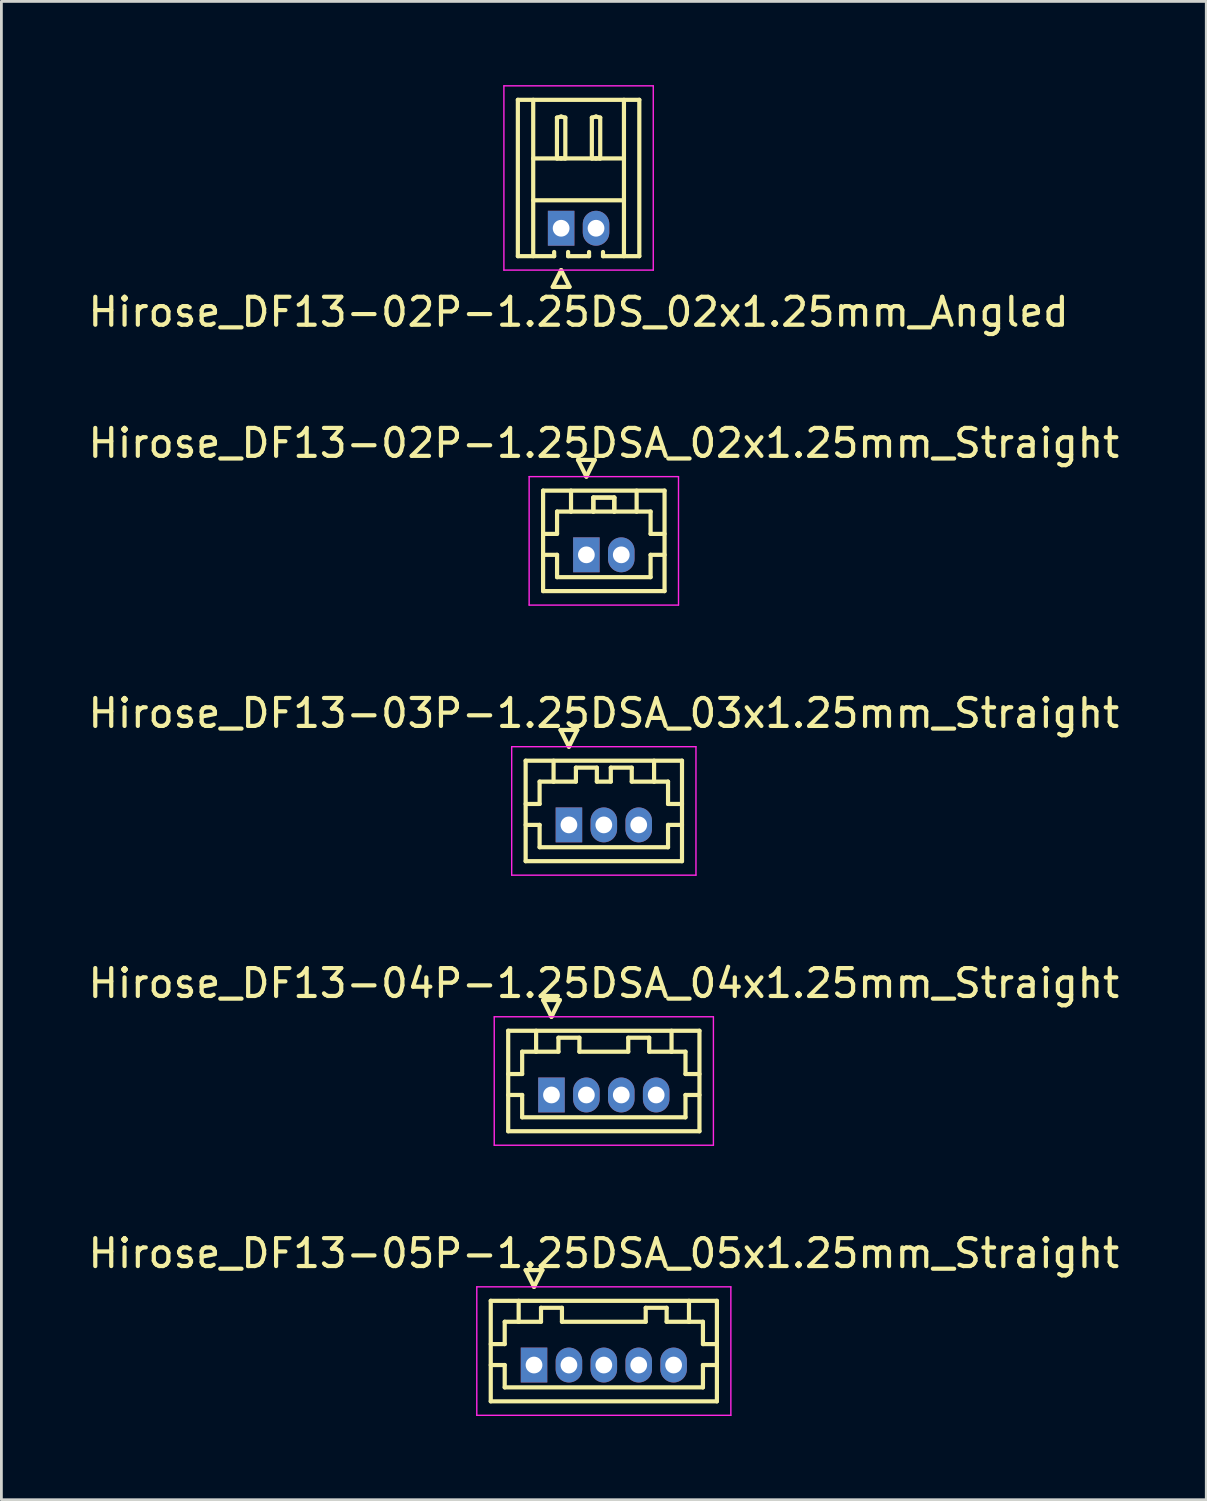
<source format=kicad_pcb>
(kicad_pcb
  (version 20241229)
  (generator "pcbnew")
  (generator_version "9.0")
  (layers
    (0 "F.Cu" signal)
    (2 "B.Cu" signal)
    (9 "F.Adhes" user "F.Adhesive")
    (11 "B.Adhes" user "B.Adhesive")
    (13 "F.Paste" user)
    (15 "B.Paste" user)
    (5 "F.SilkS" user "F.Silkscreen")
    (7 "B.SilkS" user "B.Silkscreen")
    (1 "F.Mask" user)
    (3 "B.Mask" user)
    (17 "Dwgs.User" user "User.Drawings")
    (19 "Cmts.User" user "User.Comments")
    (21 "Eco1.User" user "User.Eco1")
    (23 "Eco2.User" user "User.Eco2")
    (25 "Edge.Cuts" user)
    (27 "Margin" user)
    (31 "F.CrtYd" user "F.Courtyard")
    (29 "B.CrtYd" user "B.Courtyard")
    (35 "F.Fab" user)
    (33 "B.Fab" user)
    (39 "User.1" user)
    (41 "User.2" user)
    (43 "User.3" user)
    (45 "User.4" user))
  (footprint "Hirose_DF13-03P-1.25DSA_03x1.25mm_Straight"
    (layer "F.Cu")
    (at 17.327 26.495)
    (property "Reference" "Hirose_DF13-03P-1.25DSA_03x1.25mm_Straight" (at 1.25 -4 0) (layer "F.SilkS") (effects (font (size 1 1) (thickness 0.15))))
    (attr through_hole)
    (fp_line (start -1.55 -2.3) (end -1.55 1.3) (stroke (width 0.15) (type solid)) (layer "F.SilkS"))
    (fp_line (start -1.55 -0.75) (end -1.05 -0.75) (stroke (width 0.15) (type solid)) (layer "F.SilkS"))
    (fp_line (start -1.55 0) (end -1.05 0) (stroke (width 0.15) (type solid)) (layer "F.SilkS"))
    (fp_line (start -1.55 1.3) (end 4.05 1.3) (stroke (width 0.15) (type solid)) (layer "F.SilkS"))
    (fp_line (start -1.05 -1.55) (end -0.55 -1.55) (stroke (width 0.15) (type solid)) (layer "F.SilkS"))
    (fp_line (start -1.05 -0.75) (end -1.05 -1.55) (stroke (width 0.15) (type solid)) (layer "F.SilkS"))
    (fp_line (start -1.05 0) (end -1.05 0.8) (stroke (width 0.15) (type solid)) (layer "F.SilkS"))
    (fp_line (start -1.05 0.8) (end 3.55 0.8) (stroke (width 0.15) (type solid)) (layer "F.SilkS"))
    (fp_line (start -0.55 -1.55) (end -0.55 -2.3) (stroke (width 0.15) (type solid)) (layer "F.SilkS"))
    (fp_line (start -0.55 -1.55) (end 0.25 -1.55) (stroke (width 0.15) (type solid)) (layer "F.SilkS"))
    (fp_line (start -0.3 -3.4) (end 0.3 -3.4) (stroke (width 0.15) (type solid)) (layer "F.SilkS"))
    (fp_line (start 0 -2.8) (end -0.3 -3.4) (stroke (width 0.15) (type solid)) (layer "F.SilkS"))
    (fp_line (start 0.25 -2.05) (end 1 -2.05) (stroke (width 0.15) (type solid)) (layer "F.SilkS"))
    (fp_line (start 0.25 -1.55) (end 0.25 -2.05) (stroke (width 0.15) (type solid)) (layer "F.SilkS"))
    (fp_line (start 0.3 -3.4) (end 0 -2.8) (stroke (width 0.15) (type solid)) (layer "F.SilkS"))
    (fp_line (start 1 -2.05) (end 1 -1.55) (stroke (width 0.15) (type solid)) (layer "F.SilkS"))
    (fp_line (start 1 -1.55) (end 1.5 -1.55) (stroke (width 0.15) (type solid)) (layer "F.SilkS"))
    (fp_line (start 1.5 -2.05) (end 2.25 -2.05) (stroke (width 0.15) (type solid)) (layer "F.SilkS"))
    (fp_line (start 1.5 -1.55) (end 1.5 -2.05) (stroke (width 0.15) (type solid)) (layer "F.SilkS"))
    (fp_line (start 2.25 -2.05) (end 2.25 -1.55) (stroke (width 0.15) (type solid)) (layer "F.SilkS"))
    (fp_line (start 2.25 -1.55) (end 3.05 -1.55) (stroke (width 0.15) (type solid)) (layer "F.SilkS"))
    (fp_line (start 3.05 -1.55) (end 3.05 -2.3) (stroke (width 0.15) (type solid)) (layer "F.SilkS"))
    (fp_line (start 3.55 -1.55) (end 3.05 -1.55) (stroke (width 0.15) (type solid)) (layer "F.SilkS"))
    (fp_line (start 3.55 -0.75) (end 3.55 -1.55) (stroke (width 0.15) (type solid)) (layer "F.SilkS"))
    (fp_line (start 3.55 0) (end 4.05 0) (stroke (width 0.15) (type solid)) (layer "F.SilkS"))
    (fp_line (start 3.55 0.8) (end 3.55 0) (stroke (width 0.15) (type solid)) (layer "F.SilkS"))
    (fp_line (start 4.05 -2.3) (end -1.55 -2.3) (stroke (width 0.15) (type solid)) (layer "F.SilkS"))
    (fp_line (start 4.05 -0.75) (end 3.55 -0.75) (stroke (width 0.15) (type solid)) (layer "F.SilkS"))
    (fp_line (start 4.05 1.3) (end 4.05 -2.3) (stroke (width 0.15) (type solid)) (layer "F.SilkS"))
    (fp_line (start -2.05 -2.8) (end -2.05 1.8) (stroke (width 0.05) (type solid)) (layer "F.CrtYd"))
    (fp_line (start -2.05 1.8) (end 4.55 1.8) (stroke (width 0.05) (type solid)) (layer "F.CrtYd"))
    (fp_line (start 4.55 -2.8) (end -2.05 -2.8) (stroke (width 0.05) (type solid)) (layer "F.CrtYd"))
    (fp_line (start 4.55 1.8) (end 4.55 -2.8) (stroke (width 0.05) (type solid)) (layer "F.CrtYd"))
    (pad "1" thru_hole rect (at 0 0) (size 0.95 1.25) (drill 0.6) (layers "*.Cu" "*.Mask"))
    (pad "2" thru_hole oval (at 1.25 0) (size 0.95 1.25) (drill 0.6) (layers "*.Cu" "*.Mask"))
    (pad "3" thru_hole oval (at 2.5 0) (size 0.95 1.25) (drill 0.6) (layers "*.Cu" "*.Mask")))
  (footprint "Hirose_DF13-02P-1.25DSA_02x1.25mm_Straight"
    (layer "F.Cu")
    (at 17.952 16.822)
    (property "Reference" "Hirose_DF13-02P-1.25DSA_02x1.25mm_Straight" (at 0.625 -4 0) (layer "F.SilkS") (effects (font (size 1 1) (thickness 0.15))))
    (attr through_hole)
    (fp_line (start -1.55 -2.3) (end -1.55 1.3) (stroke (width 0.15) (type solid)) (layer "F.SilkS"))
    (fp_line (start -1.55 -0.75) (end -1.05 -0.75) (stroke (width 0.15) (type solid)) (layer "F.SilkS"))
    (fp_line (start -1.55 0) (end -1.05 0) (stroke (width 0.15) (type solid)) (layer "F.SilkS"))
    (fp_line (start -1.55 1.3) (end 2.8 1.3) (stroke (width 0.15) (type solid)) (layer "F.SilkS"))
    (fp_line (start -1.05 -1.55) (end -0.55 -1.55) (stroke (width 0.15) (type solid)) (layer "F.SilkS"))
    (fp_line (start -1.05 -0.75) (end -1.05 -1.55) (stroke (width 0.15) (type solid)) (layer "F.SilkS"))
    (fp_line (start -1.05 0) (end -1.05 0.8) (stroke (width 0.15) (type solid)) (layer "F.SilkS"))
    (fp_line (start -1.05 0.8) (end 2.3 0.8) (stroke (width 0.15) (type solid)) (layer "F.SilkS"))
    (fp_line (start -0.55 -1.55) (end -0.55 -2.3) (stroke (width 0.15) (type solid)) (layer "F.SilkS"))
    (fp_line (start -0.55 -1.55) (end 0.25 -1.55) (stroke (width 0.15) (type solid)) (layer "F.SilkS"))
    (fp_line (start -0.3 -3.4) (end 0.3 -3.4) (stroke (width 0.15) (type solid)) (layer "F.SilkS"))
    (fp_line (start 0 -2.8) (end -0.3 -3.4) (stroke (width 0.15) (type solid)) (layer "F.SilkS"))
    (fp_line (start 0.25 -2.05) (end 1 -2.05) (stroke (width 0.15) (type solid)) (layer "F.SilkS"))
    (fp_line (start 0.25 -2.05) (end 1 -2.05) (stroke (width 0.15) (type solid)) (layer "F.SilkS"))
    (fp_line (start 0.25 -1.55) (end 0.25 -2.05) (stroke (width 0.15) (type solid)) (layer "F.SilkS"))
    (fp_line (start 0.25 -1.55) (end 0.25 -2.05) (stroke (width 0.15) (type solid)) (layer "F.SilkS"))
    (fp_line (start 0.3 -3.4) (end 0 -2.8) (stroke (width 0.15) (type solid)) (layer "F.SilkS"))
    (fp_line (start 1 -2.05) (end 1 -1.55) (stroke (width 0.15) (type solid)) (layer "F.SilkS"))
    (fp_line (start 1 -2.05) (end 1 -1.55) (stroke (width 0.15) (type solid)) (layer "F.SilkS"))
    (fp_line (start 1 -1.55) (end 0.25 -1.55) (stroke (width 0.15) (type solid)) (layer "F.SilkS"))
    (fp_line (start 1 -1.55) (end 1.8 -1.55) (stroke (width 0.15) (type solid)) (layer "F.SilkS"))
    (fp_line (start 1.8 -1.55) (end 1.8 -2.3) (stroke (width 0.15) (type solid)) (layer "F.SilkS"))
    (fp_line (start 2.3 -1.55) (end 1.8 -1.55) (stroke (width 0.15) (type solid)) (layer "F.SilkS"))
    (fp_line (start 2.3 -0.75) (end 2.3 -1.55) (stroke (width 0.15) (type solid)) (layer "F.SilkS"))
    (fp_line (start 2.3 0) (end 2.8 0) (stroke (width 0.15) (type solid)) (layer "F.SilkS"))
    (fp_line (start 2.3 0.8) (end 2.3 0) (stroke (width 0.15) (type solid)) (layer "F.SilkS"))
    (fp_line (start 2.8 -2.3) (end -1.55 -2.3) (stroke (width 0.15) (type solid)) (layer "F.SilkS"))
    (fp_line (start 2.8 -0.75) (end 2.3 -0.75) (stroke (width 0.15) (type solid)) (layer "F.SilkS"))
    (fp_line (start 2.8 1.3) (end 2.8 -2.3) (stroke (width 0.15) (type solid)) (layer "F.SilkS"))
    (fp_line (start -2.05 -2.8) (end -2.05 1.8) (stroke (width 0.05) (type solid)) (layer "F.CrtYd"))
    (fp_line (start -2.05 1.8) (end 3.3 1.8) (stroke (width 0.05) (type solid)) (layer "F.CrtYd"))
    (fp_line (start 3.3 -2.8) (end -2.05 -2.8) (stroke (width 0.05) (type solid)) (layer "F.CrtYd"))
    (fp_line (start 3.3 1.8) (end 3.3 -2.8) (stroke (width 0.05) (type solid)) (layer "F.CrtYd"))
    (pad "1" thru_hole rect (at 0 0) (size 0.95 1.25) (drill 0.6) (layers "*.Cu" "*.Mask"))
    (pad "2" thru_hole oval (at 1.25 0) (size 0.95 1.25) (drill 0.6) (layers "*.Cu" "*.Mask")))
  (footprint "Hirose_DF13-02P-1.25DS_02x1.25mm_Angled"
    (layer "F.Cu")
    (at 17.048 5.125)
    (property "Reference" "Hirose_DF13-02P-1.25DS_02x1.25mm_Angled" (at 0.625 3 0) (layer "F.SilkS") (effects (font (size 1 1) (thickness 0.15))))
    (attr through_hole)
    (fp_line (start -1.55 -4.6) (end 2.8 -4.6) (stroke (width 0.15) (type solid)) (layer "F.SilkS"))
    (fp_line (start -1.55 1) (end -1.55 -4.6) (stroke (width 0.15) (type solid)) (layer "F.SilkS"))
    (fp_line (start -1 -4.6) (end -1 1) (stroke (width 0.15) (type solid)) (layer "F.SilkS"))
    (fp_line (start -1 -2.5) (end 2.25 -2.5) (stroke (width 0.15) (type solid)) (layer "F.SilkS"))
    (fp_line (start -1 -1) (end 2.25 -1) (stroke (width 0.15) (type solid)) (layer "F.SilkS"))
    (fp_line (start -0.3 2.1) (end 0.3 2.1) (stroke (width 0.15) (type solid)) (layer "F.SilkS"))
    (fp_line (start -0.25 0.85) (end -0.25 1) (stroke (width 0.15) (type solid)) (layer "F.SilkS"))
    (fp_line (start -0.25 1) (end -1.55 1) (stroke (width 0.15) (type solid)) (layer "F.SilkS"))
    (fp_line (start -0.15 -3.962) (end 0 -4) (stroke (width 0.15) (type solid)) (layer "F.SilkS"))
    (fp_line (start -0.15 -2.5) (end -0.15 -3.962) (stroke (width 0.15) (type solid)) (layer "F.SilkS"))
    (fp_line (start 0 -4) (end 0.15 -3.962) (stroke (width 0.15) (type solid)) (layer "F.SilkS"))
    (fp_line (start 0 -2.5) (end -0.15 -2.5) (stroke (width 0.15) (type solid)) (layer "F.SilkS"))
    (fp_line (start 0 1.5) (end -0.3 2.1) (stroke (width 0.15) (type solid)) (layer "F.SilkS"))
    (fp_line (start 0.15 -3.962) (end 0.15 -2.5) (stroke (width 0.15) (type solid)) (layer "F.SilkS"))
    (fp_line (start 0.15 -2.5) (end 0 -2.5) (stroke (width 0.15) (type solid)) (layer "F.SilkS"))
    (fp_line (start 0.25 0.85) (end 0.25 1) (stroke (width 0.15) (type solid)) (layer "F.SilkS"))
    (fp_line (start 0.25 1) (end 1 1) (stroke (width 0.15) (type solid)) (layer "F.SilkS"))
    (fp_line (start 0.3 2.1) (end 0 1.5) (stroke (width 0.15) (type solid)) (layer "F.SilkS"))
    (fp_line (start 1 1) (end 1 0.85) (stroke (width 0.15) (type solid)) (layer "F.SilkS"))
    (fp_line (start 1.1 -3.962) (end 1.25 -4) (stroke (width 0.15) (type solid)) (layer "F.SilkS"))
    (fp_line (start 1.1 -2.5) (end 1.1 -3.962) (stroke (width 0.15) (type solid)) (layer "F.SilkS"))
    (fp_line (start 1.25 -4) (end 1.4 -3.962) (stroke (width 0.15) (type solid)) (layer "F.SilkS"))
    (fp_line (start 1.25 -2.5) (end 1.1 -2.5) (stroke (width 0.15) (type solid)) (layer "F.SilkS"))
    (fp_line (start 1.4 -3.962) (end 1.4 -2.5) (stroke (width 0.15) (type solid)) (layer "F.SilkS"))
    (fp_line (start 1.4 -2.5) (end 1.25 -2.5) (stroke (width 0.15) (type solid)) (layer "F.SilkS"))
    (fp_line (start 1.5 1) (end 1.5 0.85) (stroke (width 0.15) (type solid)) (layer "F.SilkS"))
    (fp_line (start 2.25 -4.6) (end 2.25 1) (stroke (width 0.15) (type solid)) (layer "F.SilkS"))
    (fp_line (start 2.8 -4.6) (end 2.8 1) (stroke (width 0.15) (type solid)) (layer "F.SilkS"))
    (fp_line (start 2.8 1) (end 1.5 1) (stroke (width 0.15) (type solid)) (layer "F.SilkS"))
    (fp_line (start -2.05 -5.1) (end -2.05 1.5) (stroke (width 0.05) (type solid)) (layer "F.CrtYd"))
    (fp_line (start -2.05 1.5) (end 3.3 1.5) (stroke (width 0.05) (type solid)) (layer "F.CrtYd"))
    (fp_line (start 3.3 -5.1) (end -2.05 -5.1) (stroke (width 0.05) (type solid)) (layer "F.CrtYd"))
    (fp_line (start 3.3 1.5) (end 3.3 -5.1) (stroke (width 0.05) (type solid)) (layer "F.CrtYd"))
    (pad "1" thru_hole rect (at 0 0) (size 0.95 1.25) (drill 0.6) (layers "*.Cu" "*.Mask"))
    (pad "2" thru_hole oval (at 1.25 0) (size 0.95 1.25) (drill 0.6) (layers "*.Cu" "*.Mask")))
  (footprint "Hirose_DF13-05P-1.25DSA_05x1.25mm_Straight"
    (layer "F.Cu")
    (at 16.077 45.841)
    (property "Reference" "Hirose_DF13-05P-1.25DSA_05x1.25mm_Straight" (at 2.5 -4 0) (layer "F.SilkS") (effects (font (size 1 1) (thickness 0.15))))
    (attr through_hole)
    (fp_line (start -1.55 -2.3) (end -1.55 1.3) (stroke (width 0.15) (type solid)) (layer "F.SilkS"))
    (fp_line (start -1.55 -0.75) (end -1.05 -0.75) (stroke (width 0.15) (type solid)) (layer "F.SilkS"))
    (fp_line (start -1.55 0) (end -1.05 0) (stroke (width 0.15) (type solid)) (layer "F.SilkS"))
    (fp_line (start -1.55 1.3) (end 6.55 1.3) (stroke (width 0.15) (type solid)) (layer "F.SilkS"))
    (fp_line (start -1.05 -1.55) (end -0.55 -1.55) (stroke (width 0.15) (type solid)) (layer "F.SilkS"))
    (fp_line (start -1.05 -0.75) (end -1.05 -1.55) (stroke (width 0.15) (type solid)) (layer "F.SilkS"))
    (fp_line (start -1.05 0) (end -1.05 0.8) (stroke (width 0.15) (type solid)) (layer "F.SilkS"))
    (fp_line (start -1.05 0.8) (end 6.05 0.8) (stroke (width 0.15) (type solid)) (layer "F.SilkS"))
    (fp_line (start -0.55 -1.55) (end -0.55 -2.3) (stroke (width 0.15) (type solid)) (layer "F.SilkS"))
    (fp_line (start -0.55 -1.55) (end 0.25 -1.55) (stroke (width 0.15) (type solid)) (layer "F.SilkS"))
    (fp_line (start -0.3 -3.4) (end 0.3 -3.4) (stroke (width 0.15) (type solid)) (layer "F.SilkS"))
    (fp_line (start 0 -2.8) (end -0.3 -3.4) (stroke (width 0.15) (type solid)) (layer "F.SilkS"))
    (fp_line (start 0.25 -2.05) (end 1 -2.05) (stroke (width 0.15) (type solid)) (layer "F.SilkS"))
    (fp_line (start 0.25 -1.55) (end 0.25 -2.05) (stroke (width 0.15) (type solid)) (layer "F.SilkS"))
    (fp_line (start 0.3 -3.4) (end 0 -2.8) (stroke (width 0.15) (type solid)) (layer "F.SilkS"))
    (fp_line (start 1 -2.05) (end 1 -1.55) (stroke (width 0.15) (type solid)) (layer "F.SilkS"))
    (fp_line (start 1 -1.55) (end 4 -1.55) (stroke (width 0.15) (type solid)) (layer "F.SilkS"))
    (fp_line (start 4 -2.05) (end 4.75 -2.05) (stroke (width 0.15) (type solid)) (layer "F.SilkS"))
    (fp_line (start 4 -1.55) (end 4 -2.05) (stroke (width 0.15) (type solid)) (layer "F.SilkS"))
    (fp_line (start 4.75 -2.05) (end 4.75 -1.55) (stroke (width 0.15) (type solid)) (layer "F.SilkS"))
    (fp_line (start 4.75 -1.55) (end 5.55 -1.55) (stroke (width 0.15) (type solid)) (layer "F.SilkS"))
    (fp_line (start 5.55 -1.55) (end 5.55 -2.3) (stroke (width 0.15) (type solid)) (layer "F.SilkS"))
    (fp_line (start 6.05 -1.55) (end 5.55 -1.55) (stroke (width 0.15) (type solid)) (layer "F.SilkS"))
    (fp_line (start 6.05 -0.75) (end 6.05 -1.55) (stroke (width 0.15) (type solid)) (layer "F.SilkS"))
    (fp_line (start 6.05 0) (end 6.55 0) (stroke (width 0.15) (type solid)) (layer "F.SilkS"))
    (fp_line (start 6.05 0.8) (end 6.05 0) (stroke (width 0.15) (type solid)) (layer "F.SilkS"))
    (fp_line (start 6.55 -2.3) (end -1.55 -2.3) (stroke (width 0.15) (type solid)) (layer "F.SilkS"))
    (fp_line (start 6.55 -0.75) (end 6.05 -0.75) (stroke (width 0.15) (type solid)) (layer "F.SilkS"))
    (fp_line (start 6.55 1.3) (end 6.55 -2.3) (stroke (width 0.15) (type solid)) (layer "F.SilkS"))
    (fp_line (start -2.05 -2.8) (end -2.05 1.8) (stroke (width 0.05) (type solid)) (layer "F.CrtYd"))
    (fp_line (start -2.05 1.8) (end 7.05 1.8) (stroke (width 0.05) (type solid)) (layer "F.CrtYd"))
    (fp_line (start 7.05 -2.8) (end -2.05 -2.8) (stroke (width 0.05) (type solid)) (layer "F.CrtYd"))
    (fp_line (start 7.05 1.8) (end 7.05 -2.8) (stroke (width 0.05) (type solid)) (layer "F.CrtYd"))
    (pad "1" thru_hole rect (at 0 0) (size 0.95 1.25) (drill 0.6) (layers "*.Cu" "*.Mask"))
    (pad "2" thru_hole oval (at 1.25 0) (size 0.95 1.25) (drill 0.6) (layers "*.Cu" "*.Mask"))
    (pad "3" thru_hole oval (at 2.5 0) (size 0.95 1.25) (drill 0.6) (layers "*.Cu" "*.Mask"))
    (pad "4" thru_hole oval (at 3.75 0) (size 0.95 1.25) (drill 0.6) (layers "*.Cu" "*.Mask"))
    (pad "5" thru_hole oval (at 5 0) (size 0.95 1.25) (drill 0.6) (layers "*.Cu" "*.Mask")))
  (footprint "Hirose_DF13-04P-1.25DSA_04x1.25mm_Straight"
    (layer "F.Cu")
    (at 16.702 36.168)
    (property "Reference" "Hirose_DF13-04P-1.25DSA_04x1.25mm_Straight" (at 1.875 -4 0) (layer "F.SilkS") (effects (font (size 1 1) (thickness 0.15))))
    (attr through_hole)
    (fp_line (start -1.55 -2.3) (end -1.55 1.3) (stroke (width 0.15) (type solid)) (layer "F.SilkS"))
    (fp_line (start -1.55 -0.75) (end -1.05 -0.75) (stroke (width 0.15) (type solid)) (layer "F.SilkS"))
    (fp_line (start -1.55 0) (end -1.05 0) (stroke (width 0.15) (type solid)) (layer "F.SilkS"))
    (fp_line (start -1.55 1.3) (end 5.3 1.3) (stroke (width 0.15) (type solid)) (layer "F.SilkS"))
    (fp_line (start -1.05 -1.55) (end -0.55 -1.55) (stroke (width 0.15) (type solid)) (layer "F.SilkS"))
    (fp_line (start -1.05 -0.75) (end -1.05 -1.55) (stroke (width 0.15) (type solid)) (layer "F.SilkS"))
    (fp_line (start -1.05 0) (end -1.05 0.8) (stroke (width 0.15) (type solid)) (layer "F.SilkS"))
    (fp_line (start -1.05 0.8) (end 4.8 0.8) (stroke (width 0.15) (type solid)) (layer "F.SilkS"))
    (fp_line (start -0.55 -1.55) (end -0.55 -2.3) (stroke (width 0.15) (type solid)) (layer "F.SilkS"))
    (fp_line (start -0.55 -1.55) (end 0.25 -1.55) (stroke (width 0.15) (type solid)) (layer "F.SilkS"))
    (fp_line (start -0.3 -3.4) (end 0.3 -3.4) (stroke (width 0.15) (type solid)) (layer "F.SilkS"))
    (fp_line (start 0 -2.8) (end -0.3 -3.4) (stroke (width 0.15) (type solid)) (layer "F.SilkS"))
    (fp_line (start 0.25 -2.05) (end 1 -2.05) (stroke (width 0.15) (type solid)) (layer "F.SilkS"))
    (fp_line (start 0.25 -1.55) (end 0.25 -2.05) (stroke (width 0.15) (type solid)) (layer "F.SilkS"))
    (fp_line (start 0.3 -3.4) (end 0 -2.8) (stroke (width 0.15) (type solid)) (layer "F.SilkS"))
    (fp_line (start 1 -2.05) (end 1 -1.55) (stroke (width 0.15) (type solid)) (layer "F.SilkS"))
    (fp_line (start 1 -1.55) (end 2.75 -1.55) (stroke (width 0.15) (type solid)) (layer "F.SilkS"))
    (fp_line (start 2.75 -2.05) (end 3.5 -2.05) (stroke (width 0.15) (type solid)) (layer "F.SilkS"))
    (fp_line (start 2.75 -1.55) (end 2.75 -2.05) (stroke (width 0.15) (type solid)) (layer "F.SilkS"))
    (fp_line (start 3.5 -2.05) (end 3.5 -1.55) (stroke (width 0.15) (type solid)) (layer "F.SilkS"))
    (fp_line (start 3.5 -1.55) (end 4.3 -1.55) (stroke (width 0.15) (type solid)) (layer "F.SilkS"))
    (fp_line (start 4.3 -1.55) (end 4.3 -2.3) (stroke (width 0.15) (type solid)) (layer "F.SilkS"))
    (fp_line (start 4.8 -1.55) (end 4.3 -1.55) (stroke (width 0.15) (type solid)) (layer "F.SilkS"))
    (fp_line (start 4.8 -0.75) (end 4.8 -1.55) (stroke (width 0.15) (type solid)) (layer "F.SilkS"))
    (fp_line (start 4.8 0) (end 5.3 0) (stroke (width 0.15) (type solid)) (layer "F.SilkS"))
    (fp_line (start 4.8 0.8) (end 4.8 0) (stroke (width 0.15) (type solid)) (layer "F.SilkS"))
    (fp_line (start 5.3 -2.3) (end -1.55 -2.3) (stroke (width 0.15) (type solid)) (layer "F.SilkS"))
    (fp_line (start 5.3 -0.75) (end 4.8 -0.75) (stroke (width 0.15) (type solid)) (layer "F.SilkS"))
    (fp_line (start 5.3 1.3) (end 5.3 -2.3) (stroke (width 0.15) (type solid)) (layer "F.SilkS"))
    (fp_line (start -2.05 -2.8) (end -2.05 1.8) (stroke (width 0.05) (type solid)) (layer "F.CrtYd"))
    (fp_line (start -2.05 1.8) (end 5.8 1.8) (stroke (width 0.05) (type solid)) (layer "F.CrtYd"))
    (fp_line (start 5.8 -2.8) (end -2.05 -2.8) (stroke (width 0.05) (type solid)) (layer "F.CrtYd"))
    (fp_line (start 5.8 1.8) (end 5.8 -2.8) (stroke (width 0.05) (type solid)) (layer "F.CrtYd"))
    (pad "1" thru_hole rect (at 0 0) (size 0.95 1.25) (drill 0.6) (layers "*.Cu" "*.Mask"))
    (pad "2" thru_hole oval (at 1.25 0) (size 0.95 1.25) (drill 0.6) (layers "*.Cu" "*.Mask"))
    (pad "3" thru_hole oval (at 2.5 0) (size 0.95 1.25) (drill 0.6) (layers "*.Cu" "*.Mask"))
    (pad "4" thru_hole oval (at 3.75 0) (size 0.95 1.25) (drill 0.6) (layers "*.Cu" "*.Mask")))
  (gr_rect
    (start -3 -3)
    (end 40.155 50.666)
    (stroke (width 0.1) (type default))
    (fill no)
    (layer "Edge.Cuts")))
</source>
